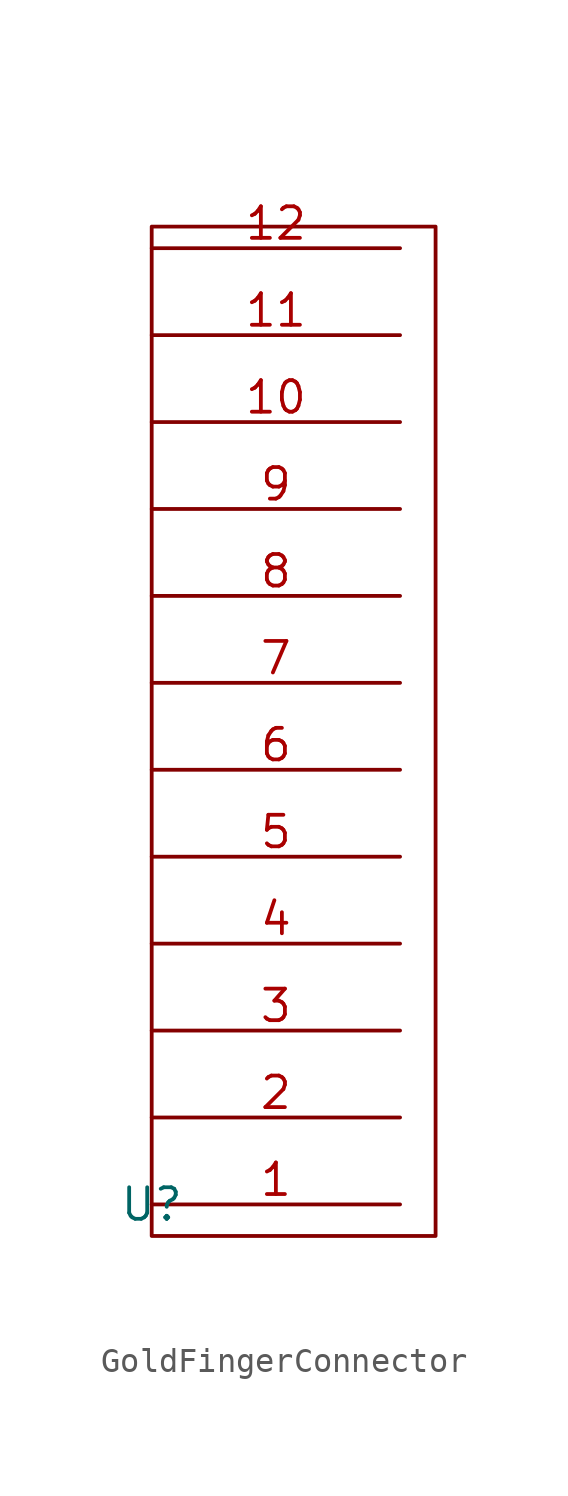
<source format=kicad_sym>
(kicad_symbol_lib
  (version 20220914)
  (generator kicad_symbol_editor)
  (symbol "GoldFingerConnector"
    (property "Reference" "U"
      (at 0 0 0)
      (effects (font (size 1.27 1.27))))
    (property "Value" ""
      (at 0 0 0)
      (effects (font (size 1.27 1.27))))
    (symbol "GoldFingerConnector_0_1"
      (rectangle (start 0 -1.27) (end 11.43 39.37) (stroke (width 0) (type default)) (fill (type none))))
    (symbol "GoldFingerConnector_1_1"
      (pin input line (at 0 0 0) (length 10) (name "" (effects (font (size 1.27 1.27)))) (number "1" (effects (font (size 1.27 1.27)))))
      (pin input line (at 0 31.5 0) (length 10) (name "" (effects (font (size 1.27 1.27)))) (number "10" (effects (font (size 1.27 1.27)))))
      (pin input line (at 0 35 0) (length 10) (name "" (effects (font (size 1.27 1.27)))) (number "11" (effects (font (size 1.27 1.27)))))
      (pin input line (at 0 38.5 0) (length 10) (name "" (effects (font (size 1.27 1.27)))) (number "12" (effects (font (size 1.27 1.27)))))
      (pin input line (at 0 3.5 0) (length 10) (name "" (effects (font (size 1.27 1.27)))) (number "2" (effects (font (size 1.27 1.27)))))
      (pin input line (at 0 7 0) (length 10) (name "" (effects (font (size 1.27 1.27)))) (number "3" (effects (font (size 1.27 1.27)))))
      (pin input line (at 0 10.5 0) (length 10) (name "" (effects (font (size 1.27 1.27)))) (number "4" (effects (font (size 1.27 1.27)))))
      (pin input line (at 0 14 0) (length 10) (name "" (effects (font (size 1.27 1.27)))) (number "5" (effects (font (size 1.27 1.27)))))
      (pin input line (at 0 17.5 0) (length 10) (name "" (effects (font (size 1.27 1.27)))) (number "6" (effects (font (size 1.27 1.27)))))
      (pin input line (at 0 21 0) (length 10) (name "" (effects (font (size 1.27 1.27)))) (number "7" (effects (font (size 1.27 1.27)))))
      (pin input line (at 0 24.5 0) (length 10) (name "" (effects (font (size 1.27 1.27)))) (number "8" (effects (font (size 1.27 1.27)))))
      (pin input line (at 0 28 0) (length 10) (name "" (effects (font (size 1.27 1.27)))) (number "9" (effects (font (size 1.27 1.27))))))))
</source>
